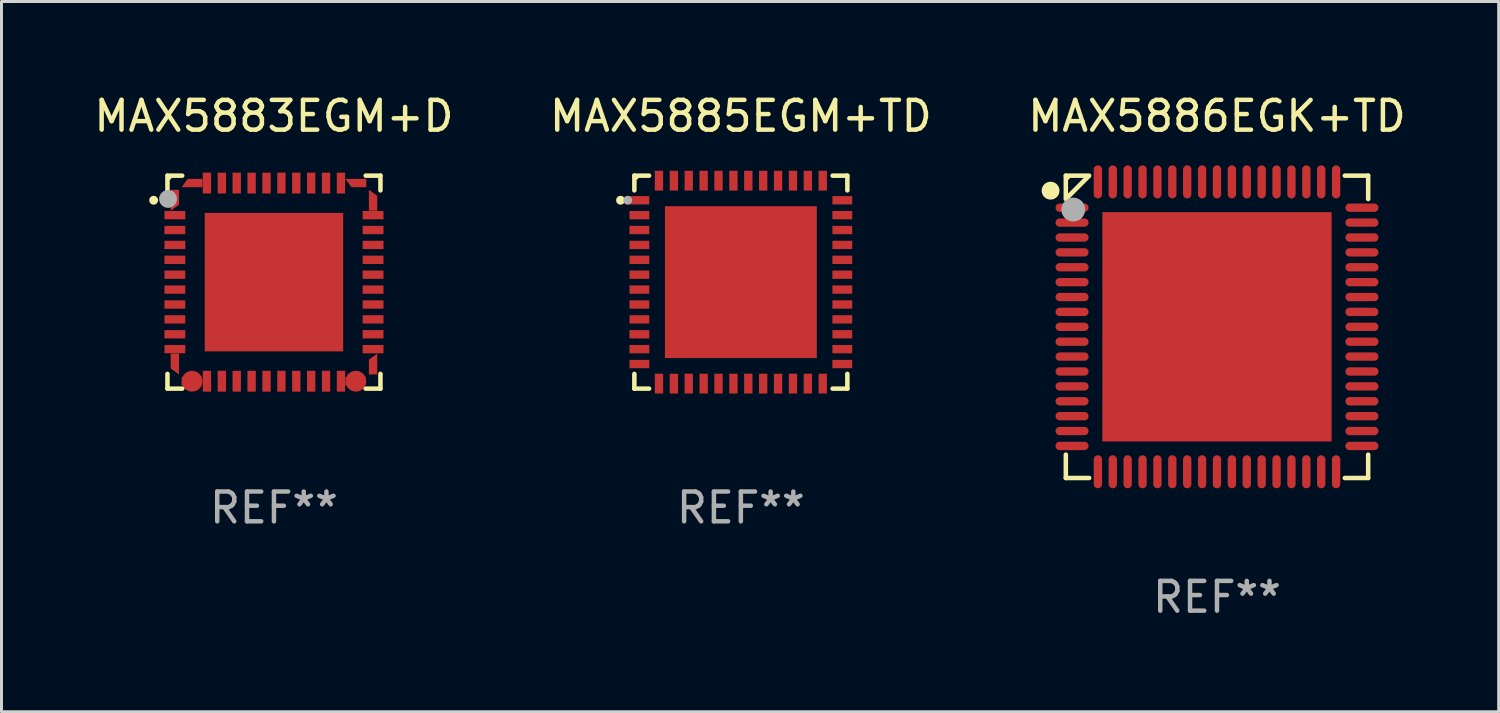
<source format=kicad_pcb>
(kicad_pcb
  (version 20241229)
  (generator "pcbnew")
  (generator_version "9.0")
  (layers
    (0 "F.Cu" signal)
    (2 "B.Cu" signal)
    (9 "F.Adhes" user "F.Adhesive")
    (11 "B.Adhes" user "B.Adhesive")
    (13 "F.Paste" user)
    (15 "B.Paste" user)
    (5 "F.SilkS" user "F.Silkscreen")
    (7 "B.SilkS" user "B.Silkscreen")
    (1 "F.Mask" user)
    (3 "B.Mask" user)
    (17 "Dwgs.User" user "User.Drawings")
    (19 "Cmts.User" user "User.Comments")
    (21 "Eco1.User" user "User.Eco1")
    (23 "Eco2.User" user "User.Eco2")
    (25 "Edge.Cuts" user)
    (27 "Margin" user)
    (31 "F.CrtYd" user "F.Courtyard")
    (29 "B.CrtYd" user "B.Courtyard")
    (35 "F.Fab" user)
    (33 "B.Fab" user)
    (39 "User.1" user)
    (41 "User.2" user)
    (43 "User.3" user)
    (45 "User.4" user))
  (footprint "MAX5883EGM+D"
    (layer "F.Cu")
    (at 6.149 6.424)
    (property "Reference" "MAX5883EGM+D" (at 0 -5.576 0) (layer "F.SilkS") (effects (font (size 1 1) (thickness 0.15))))
    (attr through_hole)
    (fp_line (start -3.576 -3.576) (end -3.576 -3.081) (stroke (width 0.152) (type solid)) (layer "F.SilkS"))
    (fp_line (start -3.576 3.576) (end -3.576 3.081) (stroke (width 0.152) (type solid)) (layer "F.SilkS"))
    (fp_line (start -3.081 -3.576) (end -3.576 -3.576) (stroke (width 0.152) (type solid)) (layer "F.SilkS"))
    (fp_line (start -3.081 3.576) (end -3.576 3.576) (stroke (width 0.152) (type solid)) (layer "F.SilkS"))
    (fp_line (start 3.081 -3.576) (end 3.576 -3.576) (stroke (width 0.152) (type solid)) (layer "F.SilkS"))
    (fp_line (start 3.081 3.576) (end 3.576 3.576) (stroke (width 0.152) (type solid)) (layer "F.SilkS"))
    (fp_line (start 3.576 -3.576) (end 3.576 -3.081) (stroke (width 0.152) (type solid)) (layer "F.SilkS"))
    (fp_line (start 3.576 3.576) (end 3.576 3.081) (stroke (width 0.152) (type solid)) (layer "F.SilkS"))
    (fp_circle (center -4.04 -2.75) (end -3.965 -2.75) (stroke (width 0.15) (type solid)) (fill no) (layer "F.SilkS"))
    (fp_circle (center -3.5 -3.5) (end -3.47 -3.5) (stroke (width 0.06) (type solid)) (fill no) (layer "F.SilkS"))
    (fp_circle (center -3.556 -2.794) (end -3.406 -2.794) (stroke (width 0.3) (type solid)) (fill no) (layer "F.Fab"))
    (fp_text user "REF**" (at 0 7.576 0) (layer "F.Fab") (effects (font (size 1 1) (thickness 0.15))))
    (pad "1" smd custom (at -3.327 -2.75 270) (size 0.28 0.7) (layers "F.Cu" "F.Mask" "F.Paste") (options (anchor circle)) (primitives (gr_poly (pts (xy 0.15 -0.14) (xy 0.35 0.14) (xy -0.35 0.14) (xy -0.35 -0.14)) (width 0) (fill yes))))
    (pad "2" smd rect (at -3.327 -2.25) (size 0.7 0.28) (layers "F.Cu" "F.Mask" "F.Paste"))
    (pad "3" smd rect (at -3.327 -1.75) (size 0.7 0.28) (layers "F.Cu" "F.Mask" "F.Paste"))
    (pad "4" smd rect (at -3.327 -1.25) (size 0.7 0.28) (layers "F.Cu" "F.Mask" "F.Paste"))
    (pad "5" smd rect (at -3.327 -0.75) (size 0.7 0.28) (layers "F.Cu" "F.Mask" "F.Paste"))
    (pad "6" smd rect (at -3.327 -0.25) (size 0.7 0.28) (layers "F.Cu" "F.Mask" "F.Paste"))
    (pad "7" smd rect (at -3.327 0.25) (size 0.7 0.28) (layers "F.Cu" "F.Mask" "F.Paste"))
    (pad "8" smd rect (at -3.327 0.75) (size 0.7 0.28) (layers "F.Cu" "F.Mask" "F.Paste"))
    (pad "9" smd rect (at -3.327 1.25) (size 0.7 0.28) (layers "F.Cu" "F.Mask" "F.Paste"))
    (pad "10" smd rect (at -3.327 1.75) (size 0.7 0.28) (layers "F.Cu" "F.Mask" "F.Paste"))
    (pad "11" smd rect (at -3.327 2.25 270) (size 0.28 0.7) (layers "F.Cu" "F.Mask" "F.Paste"))
    (pad "12" smd custom (at -3.327 2.75 270) (size 0.28 0.7) (layers "F.Cu" "F.Mask" "F.Paste") (options (anchor circle)) (primitives (gr_poly (pts (xy 0.35 -0.14) (xy 0.15 0.14) (xy -0.35 0.14) (xy -0.35 -0.14)) (width 0) (fill yes))))
    (pad "13" smd custom (at -2.75 3.327 270) (size 0.7 0.28) (layers "F.Cu" "F.Mask" "F.Paste") (options (anchor circle)) (primitives (gr_poly (pts (xy 0.14 -0.35) (xy 0.14 0.35) (xy -0.14 0.35) (xy -0.14 -0.15)) (width 0) (fill yes))))
    (pad "14" smd rect (at -2.25 3.327) (size 0.28 0.7) (layers "F.Cu" "F.Mask" "F.Paste"))
    (pad "15" smd rect (at -1.75 3.327) (size 0.28 0.7) (layers "F.Cu" "F.Mask" "F.Paste"))
    (pad "16" smd rect (at -1.25 3.327) (size 0.28 0.7) (layers "F.Cu" "F.Mask" "F.Paste"))
    (pad "17" smd rect (at -0.75 3.327) (size 0.28 0.7) (layers "F.Cu" "F.Mask" "F.Paste"))
    (pad "18" smd rect (at -0.25 3.327) (size 0.28 0.7) (layers "F.Cu" "F.Mask" "F.Paste"))
    (pad "19" smd rect (at 0.25 3.327) (size 0.28 0.7) (layers "F.Cu" "F.Mask" "F.Paste"))
    (pad "20" smd rect (at 0.75 3.327) (size 0.28 0.7) (layers "F.Cu" "F.Mask" "F.Paste"))
    (pad "21" smd rect (at 1.25 3.327) (size 0.28 0.7) (layers "F.Cu" "F.Mask" "F.Paste"))
    (pad "22" smd rect (at 1.75 3.327) (size 0.28 0.7) (layers "F.Cu" "F.Mask" "F.Paste"))
    (pad "23" smd rect (at 2.25 3.327) (size 0.28 0.7) (layers "F.Cu" "F.Mask" "F.Paste"))
    (pad "24" smd custom (at 2.75 3.327 270) (size 0.7 0.28) (layers "F.Cu" "F.Mask" "F.Paste") (options (anchor circle)) (primitives (gr_poly (pts (xy 0.14 -0.15) (xy 0.14 0.35) (xy -0.14 0.35) (xy -0.14 -0.35)) (width 0) (fill yes))))
    (pad "25" smd custom (at 3.328 2.75 270) (size 0.28 0.7) (layers "F.Cu" "F.Mask" "F.Paste") (options (anchor circle)) (primitives (gr_poly (pts (xy 0.35 -0.14) (xy 0.35 0.14) (xy -0.15 0.14) (xy -0.35 -0.14)) (width 0) (fill yes))))
    (pad "26" smd rect (at 3.328 2.25) (size 0.7 0.28) (layers "F.Cu" "F.Mask" "F.Paste"))
    (pad "27" smd rect (at 3.328 1.75) (size 0.7 0.28) (layers "F.Cu" "F.Mask" "F.Paste"))
    (pad "28" smd rect (at 3.328 1.25) (size 0.7 0.28) (layers "F.Cu" "F.Mask" "F.Paste"))
    (pad "29" smd rect (at 3.328 0.75) (size 0.7 0.28) (layers "F.Cu" "F.Mask" "F.Paste"))
    (pad "30" smd rect (at 3.328 0.25) (size 0.7 0.28) (layers "F.Cu" "F.Mask" "F.Paste"))
    (pad "31" smd rect (at 3.328 -0.25) (size 0.7 0.28) (layers "F.Cu" "F.Mask" "F.Paste"))
    (pad "32" smd rect (at 3.328 -0.75) (size 0.7 0.28) (layers "F.Cu" "F.Mask" "F.Paste"))
    (pad "33" smd rect (at 3.328 -1.25) (size 0.7 0.28) (layers "F.Cu" "F.Mask" "F.Paste"))
    (pad "34" smd rect (at 3.328 -1.75) (size 0.7 0.28) (layers "F.Cu" "F.Mask" "F.Paste"))
    (pad "35" smd rect (at 3.328 -2.25) (size 0.7 0.28) (layers "F.Cu" "F.Mask" "F.Paste"))
    (pad "36" smd custom (at 3.328 -2.75 270) (size 0.28 0.7) (layers "F.Cu" "F.Mask" "F.Paste") (options (anchor circle)) (primitives (gr_poly (pts (xy 0.35 -0.14) (xy 0.35 0.14) (xy -0.35 0.14) (xy -0.15 -0.14)) (width 0) (fill yes))))
    (pad "37" smd custom (at 2.75 -3.327 270) (size 0.28 0.7) (layers "F.Cu" "F.Mask" "F.Paste") (options (anchor circle)) (primitives (gr_poly (pts (xy 0.14 -0.35) (xy 0.14 0.15) (xy -0.14 0.35) (xy -0.14 -0.35)) (width 0) (fill yes))))
    (pad "38" smd rect (at 2.25 -3.327) (size 0.28 0.7) (layers "F.Cu" "F.Mask" "F.Paste"))
    (pad "39" smd rect (at 1.75 -3.327) (size 0.28 0.7) (layers "F.Cu" "F.Mask" "F.Paste"))
    (pad "40" smd rect (at 1.25 -3.327) (size 0.28 0.7) (layers "F.Cu" "F.Mask" "F.Paste"))
    (pad "41" smd rect (at 0.75 -3.327) (size 0.28 0.7) (layers "F.Cu" "F.Mask" "F.Paste"))
    (pad "42" smd rect (at 0.25 -3.327) (size 0.28 0.7) (layers "F.Cu" "F.Mask" "F.Paste"))
    (pad "43" smd rect (at -0.25 -3.327) (size 0.28 0.7) (layers "F.Cu" "F.Mask" "F.Paste"))
    (pad "44" smd rect (at -0.75 -3.327) (size 0.28 0.7) (layers "F.Cu" "F.Mask" "F.Paste"))
    (pad "45" smd rect (at -1.25 -3.327) (size 0.28 0.7) (layers "F.Cu" "F.Mask" "F.Paste"))
    (pad "46" smd rect (at -1.75 -3.327) (size 0.28 0.7) (layers "F.Cu" "F.Mask" "F.Paste"))
    (pad "47" smd rect (at -2.25 -3.327) (size 0.28 0.7) (layers "F.Cu" "F.Mask" "F.Paste"))
    (pad "48" smd custom (at -2.75 -3.327 270) (size 0.28 0.7) (layers "F.Cu" "F.Mask" "F.Paste") (options (anchor circle)) (primitives (gr_poly (pts (xy 0.14 -0.35) (xy 0.14 0.35) (xy -0.14 0.15) (xy -0.14 -0.35)) (width 0) (fill yes))))
    (pad "49" smd rect (at -0.000064 0.000013) (size 4.65 4.65) (layers "F.Cu" "F.Mask" "F.Paste")))
  (footprint "MAX5886EGK+TD"
    (layer "F.Cu")
    (at 37.815 7.924)
    (property "Reference" "MAX5886EGK+TD" (at 0 -7.076 0) (layer "F.SilkS") (effects (font (size 1 1) (thickness 0.15))))
    (attr through_hole)
    (fp_line (start -5.076 -5.076) (end -4.292 -5.076) (stroke (width 0.152) (type solid)) (layer "F.SilkS"))
    (fp_line (start -5.076 -4.292) (end -5.076 -5.076) (stroke (width 0.152) (type solid)) (layer "F.SilkS"))
    (fp_line (start -5.076 4.292) (end -5.076 5.076) (stroke (width 0.152) (type solid)) (layer "F.SilkS"))
    (fp_line (start -5.076 5.076) (end -4.292 5.076) (stroke (width 0.152) (type solid)) (layer "F.SilkS"))
    (fp_line (start -5.049 -4.319) (end -4.319 -5.049) (stroke (width 0.152) (type solid)) (layer "F.SilkS"))
    (fp_line (start 5.076 -5.076) (end 4.292 -5.076) (stroke (width 0.152) (type solid)) (layer "F.SilkS"))
    (fp_line (start 5.076 -4.292) (end 5.076 -5.076) (stroke (width 0.152) (type solid)) (layer "F.SilkS"))
    (fp_line (start 5.076 4.292) (end 5.076 5.076) (stroke (width 0.152) (type solid)) (layer "F.SilkS"))
    (fp_line (start 5.076 5.076) (end 4.292 5.076) (stroke (width 0.152) (type solid)) (layer "F.SilkS"))
    (fp_circle (center -5.588 -4.572) (end -5.438 -4.572) (stroke (width 0.3) (type solid)) (fill no) (layer "F.SilkS"))
    (fp_circle (center -5 -5) (end -4.97 -5) (stroke (width 0.06) (type solid)) (fill no) (layer "F.SilkS"))
    (fp_circle (center -4.826 -3.937) (end -4.626 -3.937) (stroke (width 0.4) (type solid)) (fill no) (layer "F.Fab"))
    (fp_text user "REF**" (at 0 9.076 0) (layer "F.Fab") (effects (font (size 1 1) (thickness 0.15))))
    (pad "1" smd oval (at -4.867 -4) (size 1.11 0.28) (layers "F.Cu" "F.Mask" "F.Paste"))
    (pad "2" smd oval (at -4.867 -3.5) (size 1.11 0.28) (layers "F.Cu" "F.Mask" "F.Paste"))
    (pad "3" smd oval (at -4.867 -3) (size 1.11 0.28) (layers "F.Cu" "F.Mask" "F.Paste"))
    (pad "4" smd oval (at -4.867 -2.5) (size 1.11 0.28) (layers "F.Cu" "F.Mask" "F.Paste"))
    (pad "5" smd oval (at -4.867 -2) (size 1.11 0.28) (layers "F.Cu" "F.Mask" "F.Paste"))
    (pad "6" smd oval (at -4.867 -1.5) (size 1.11 0.28) (layers "F.Cu" "F.Mask" "F.Paste"))
    (pad "7" smd oval (at -4.867 -1) (size 1.11 0.28) (layers "F.Cu" "F.Mask" "F.Paste"))
    (pad "8" smd oval (at -4.867 -0.5) (size 1.11 0.28) (layers "F.Cu" "F.Mask" "F.Paste"))
    (pad "9" smd oval (at -4.867 0) (size 1.11 0.28) (layers "F.Cu" "F.Mask" "F.Paste"))
    (pad "10" smd oval (at -4.867 0.5) (size 1.11 0.28) (layers "F.Cu" "F.Mask" "F.Paste"))
    (pad "11" smd oval (at -4.867 1) (size 1.11 0.28) (layers "F.Cu" "F.Mask" "F.Paste"))
    (pad "12" smd oval (at -4.867 1.5) (size 1.11 0.28) (layers "F.Cu" "F.Mask" "F.Paste"))
    (pad "13" smd oval (at -4.867 2) (size 1.11 0.28) (layers "F.Cu" "F.Mask" "F.Paste"))
    (pad "14" smd oval (at -4.867 2.5) (size 1.11 0.28) (layers "F.Cu" "F.Mask" "F.Paste"))
    (pad "15" smd oval (at -4.867 3) (size 1.11 0.28) (layers "F.Cu" "F.Mask" "F.Paste"))
    (pad "16" smd oval (at -4.867 3.5) (size 1.11 0.28) (layers "F.Cu" "F.Mask" "F.Paste"))
    (pad "17" smd oval (at -4.867 4) (size 1.11 0.28) (layers "F.Cu" "F.Mask" "F.Paste"))
    (pad "18" smd oval (at -4 4.867) (size 0.28 1.11) (layers "F.Cu" "F.Mask" "F.Paste"))
    (pad "19" smd oval (at -3.5 4.867) (size 0.28 1.11) (layers "F.Cu" "F.Mask" "F.Paste"))
    (pad "20" smd oval (at -3 4.867) (size 0.28 1.11) (layers "F.Cu" "F.Mask" "F.Paste"))
    (pad "21" smd oval (at -2.5 4.867) (size 0.28 1.11) (layers "F.Cu" "F.Mask" "F.Paste"))
    (pad "22" smd oval (at -2 4.867) (size 0.28 1.11) (layers "F.Cu" "F.Mask" "F.Paste"))
    (pad "23" smd oval (at -1.5 4.867) (size 0.28 1.11) (layers "F.Cu" "F.Mask" "F.Paste"))
    (pad "24" smd oval (at -1 4.867) (size 0.28 1.11) (layers "F.Cu" "F.Mask" "F.Paste"))
    (pad "25" smd oval (at -0.5 4.867) (size 0.28 1.11) (layers "F.Cu" "F.Mask" "F.Paste"))
    (pad "26" smd oval (at 0 4.867) (size 0.28 1.11) (layers "F.Cu" "F.Mask" "F.Paste"))
    (pad "27" smd oval (at 0.5 4.867) (size 0.28 1.11) (layers "F.Cu" "F.Mask" "F.Paste"))
    (pad "28" smd oval (at 1 4.867) (size 0.28 1.11) (layers "F.Cu" "F.Mask" "F.Paste"))
    (pad "29" smd oval (at 1.5 4.867) (size 0.28 1.11) (layers "F.Cu" "F.Mask" "F.Paste"))
    (pad "30" smd oval (at 2 4.867) (size 0.28 1.11) (layers "F.Cu" "F.Mask" "F.Paste"))
    (pad "31" smd oval (at 2.5 4.867) (size 0.28 1.11) (layers "F.Cu" "F.Mask" "F.Paste"))
    (pad "32" smd oval (at 3 4.867) (size 0.28 1.11) (layers "F.Cu" "F.Mask" "F.Paste"))
    (pad "33" smd oval (at 3.5 4.867) (size 0.28 1.11) (layers "F.Cu" "F.Mask" "F.Paste"))
    (pad "34" smd oval (at 4 4.867) (size 0.28 1.11) (layers "F.Cu" "F.Mask" "F.Paste"))
    (pad "35" smd oval (at 4.867 4) (size 1.11 0.28) (layers "F.Cu" "F.Mask" "F.Paste"))
    (pad "36" smd oval (at 4.867 3.5) (size 1.11 0.28) (layers "F.Cu" "F.Mask" "F.Paste"))
    (pad "37" smd oval (at 4.867 3) (size 1.11 0.28) (layers "F.Cu" "F.Mask" "F.Paste"))
    (pad "38" smd oval (at 4.867 2.5) (size 1.11 0.28) (layers "F.Cu" "F.Mask" "F.Paste"))
    (pad "39" smd oval (at 4.867 2) (size 1.11 0.28) (layers "F.Cu" "F.Mask" "F.Paste"))
    (pad "40" smd oval (at 4.867 1.5) (size 1.11 0.28) (layers "F.Cu" "F.Mask" "F.Paste"))
    (pad "41" smd oval (at 4.867 1) (size 1.11 0.28) (layers "F.Cu" "F.Mask" "F.Paste"))
    (pad "42" smd oval (at 4.867 0.5) (size 1.11 0.28) (layers "F.Cu" "F.Mask" "F.Paste"))
    (pad "43" smd oval (at 4.867 0) (size 1.11 0.28) (layers "F.Cu" "F.Mask" "F.Paste"))
    (pad "44" smd oval (at 4.867 -0.5) (size 1.11 0.28) (layers "F.Cu" "F.Mask" "F.Paste"))
    (pad "45" smd oval (at 4.867 -1) (size 1.11 0.28) (layers "F.Cu" "F.Mask" "F.Paste"))
    (pad "46" smd oval (at 4.867 -1.5) (size 1.11 0.28) (layers "F.Cu" "F.Mask" "F.Paste"))
    (pad "47" smd oval (at 4.867 -2) (size 1.11 0.28) (layers "F.Cu" "F.Mask" "F.Paste"))
    (pad "48" smd oval (at 4.867 -2.5) (size 1.11 0.28) (layers "F.Cu" "F.Mask" "F.Paste"))
    (pad "49" smd oval (at 4.867 -3) (size 1.11 0.28) (layers "F.Cu" "F.Mask" "F.Paste"))
    (pad "50" smd oval (at 4.867 -3.5) (size 1.11 0.28) (layers "F.Cu" "F.Mask" "F.Paste"))
    (pad "51" smd oval (at 4.867 -4) (size 1.11 0.28) (layers "F.Cu" "F.Mask" "F.Paste"))
    (pad "52" smd oval (at 4 -4.867) (size 0.28 1.11) (layers "F.Cu" "F.Mask" "F.Paste"))
    (pad "53" smd oval (at 3.5 -4.867) (size 0.28 1.11) (layers "F.Cu" "F.Mask" "F.Paste"))
    (pad "54" smd oval (at 3 -4.867) (size 0.28 1.11) (layers "F.Cu" "F.Mask" "F.Paste"))
    (pad "55" smd oval (at 2.5 -4.867) (size 0.28 1.11) (layers "F.Cu" "F.Mask" "F.Paste"))
    (pad "56" smd oval (at 2 -4.867) (size 0.28 1.11) (layers "F.Cu" "F.Mask" "F.Paste"))
    (pad "57" smd oval (at 1.5 -4.867) (size 0.28 1.11) (layers "F.Cu" "F.Mask" "F.Paste"))
    (pad "58" smd oval (at 1 -4.867) (size 0.28 1.11) (layers "F.Cu" "F.Mask" "F.Paste"))
    (pad "59" smd oval (at 0.5 -4.867) (size 0.28 1.11) (layers "F.Cu" "F.Mask" "F.Paste"))
    (pad "60" smd oval (at 0 -4.867) (size 0.28 1.11) (layers "F.Cu" "F.Mask" "F.Paste"))
    (pad "61" smd oval (at -0.5 -4.867) (size 0.28 1.11) (layers "F.Cu" "F.Mask" "F.Paste"))
    (pad "62" smd oval (at -1 -4.867) (size 0.28 1.11) (layers "F.Cu" "F.Mask" "F.Paste"))
    (pad "63" smd oval (at -1.5 -4.867) (size 0.28 1.11) (layers "F.Cu" "F.Mask" "F.Paste"))
    (pad "64" smd oval (at -2 -4.867) (size 0.28 1.11) (layers "F.Cu" "F.Mask" "F.Paste"))
    (pad "65" smd oval (at -2.5 -4.867) (size 0.28 1.11) (layers "F.Cu" "F.Mask" "F.Paste"))
    (pad "66" smd oval (at -3 -4.867) (size 0.28 1.11) (layers "F.Cu" "F.Mask" "F.Paste"))
    (pad "67" smd oval (at -3.5 -4.867) (size 0.28 1.11) (layers "F.Cu" "F.Mask" "F.Paste"))
    (pad "68" smd oval (at -4 -4.867) (size 0.28 1.11) (layers "F.Cu" "F.Mask" "F.Paste"))
    (pad "69" smd rect (at 0 0) (size 7.7 7.7) (layers "F.Cu" "F.Mask" "F.Paste")))
  (footprint "MAX5885EGM+TD"
    (layer "F.Cu")
    (at 21.827 6.424)
    (property "Reference" "MAX5885EGM+TD" (at 0 -5.576 0) (layer "F.SilkS") (effects (font (size 1 1) (thickness 0.15))))
    (attr through_hole)
    (fp_line (start -3.576 -3.576) (end -3.576 -3.081) (stroke (width 0.152) (type solid)) (layer "F.SilkS"))
    (fp_line (start -3.576 3.576) (end -3.576 3.081) (stroke (width 0.152) (type solid)) (layer "F.SilkS"))
    (fp_line (start -3.081 -3.576) (end -3.576 -3.576) (stroke (width 0.152) (type solid)) (layer "F.SilkS"))
    (fp_line (start -3.081 3.576) (end -3.576 3.576) (stroke (width 0.152) (type solid)) (layer "F.SilkS"))
    (fp_line (start 3.081 -3.576) (end 3.576 -3.576) (stroke (width 0.152) (type solid)) (layer "F.SilkS"))
    (fp_line (start 3.081 3.576) (end 3.576 3.576) (stroke (width 0.152) (type solid)) (layer "F.SilkS"))
    (fp_line (start 3.576 -3.576) (end 3.576 -3.081) (stroke (width 0.152) (type solid)) (layer "F.SilkS"))
    (fp_line (start 3.576 3.576) (end 3.576 3.081) (stroke (width 0.152) (type solid)) (layer "F.SilkS"))
    (fp_circle (center -4.04 -2.75) (end -3.965 -2.75) (stroke (width 0.15) (type solid)) (fill no) (layer "F.SilkS"))
    (fp_circle (center -3.5 -3.5) (end -3.47 -3.5) (stroke (width 0.06) (type solid)) (fill no) (layer "F.SilkS"))
    (fp_circle (center -3.8 -2.75) (end -3.725 -2.75) (stroke (width 0.15) (type solid)) (fill no) (layer "F.Fab"))
    (fp_text user "REF**" (at 0 7.576 0) (layer "F.Fab") (effects (font (size 1 1) (thickness 0.15))))
    (pad "1" smd rect (at -3.407 -2.75) (size 0.665 0.28) (layers "F.Cu" "F.Mask" "F.Paste"))
    (pad "2" smd rect (at -3.407 -2.25) (size 0.665 0.28) (layers "F.Cu" "F.Mask" "F.Paste"))
    (pad "3" smd rect (at -3.407 -1.75) (size 0.665 0.28) (layers "F.Cu" "F.Mask" "F.Paste"))
    (pad "4" smd rect (at -3.407 -1.25) (size 0.665 0.28) (layers "F.Cu" "F.Mask" "F.Paste"))
    (pad "5" smd rect (at -3.407 -0.75) (size 0.665 0.28) (layers "F.Cu" "F.Mask" "F.Paste"))
    (pad "6" smd rect (at -3.407 -0.25) (size 0.665 0.28) (layers "F.Cu" "F.Mask" "F.Paste"))
    (pad "7" smd rect (at -3.407 0.25) (size 0.665 0.28) (layers "F.Cu" "F.Mask" "F.Paste"))
    (pad "8" smd rect (at -3.407 0.75) (size 0.665 0.28) (layers "F.Cu" "F.Mask" "F.Paste"))
    (pad "9" smd rect (at -3.407 1.25) (size 0.665 0.28) (layers "F.Cu" "F.Mask" "F.Paste"))
    (pad "10" smd rect (at -3.407 1.75) (size 0.665 0.28) (layers "F.Cu" "F.Mask" "F.Paste"))
    (pad "11" smd rect (at -3.407 2.25) (size 0.665 0.28) (layers "F.Cu" "F.Mask" "F.Paste"))
    (pad "12" smd rect (at -3.407 2.75) (size 0.665 0.28) (layers "F.Cu" "F.Mask" "F.Paste"))
    (pad "13" smd rect (at -2.75 3.407) (size 0.28 0.665) (layers "F.Cu" "F.Mask" "F.Paste"))
    (pad "14" smd rect (at -2.25 3.407) (size 0.28 0.665) (layers "F.Cu" "F.Mask" "F.Paste"))
    (pad "15" smd rect (at -1.75 3.407) (size 0.28 0.665) (layers "F.Cu" "F.Mask" "F.Paste"))
    (pad "16" smd rect (at -1.25 3.407) (size 0.28 0.665) (layers "F.Cu" "F.Mask" "F.Paste"))
    (pad "17" smd rect (at -0.75 3.407) (size 0.28 0.665) (layers "F.Cu" "F.Mask" "F.Paste"))
    (pad "18" smd rect (at -0.25 3.407) (size 0.28 0.665) (layers "F.Cu" "F.Mask" "F.Paste"))
    (pad "19" smd rect (at 0.25 3.407) (size 0.28 0.665) (layers "F.Cu" "F.Mask" "F.Paste"))
    (pad "20" smd rect (at 0.75 3.407) (size 0.28 0.665) (layers "F.Cu" "F.Mask" "F.Paste"))
    (pad "21" smd rect (at 1.25 3.407) (size 0.28 0.665) (layers "F.Cu" "F.Mask" "F.Paste"))
    (pad "22" smd rect (at 1.75 3.407) (size 0.28 0.665) (layers "F.Cu" "F.Mask" "F.Paste"))
    (pad "23" smd rect (at 2.25 3.407) (size 0.28 0.665) (layers "F.Cu" "F.Mask" "F.Paste"))
    (pad "24" smd rect (at 2.75 3.407) (size 0.28 0.665) (layers "F.Cu" "F.Mask" "F.Paste"))
    (pad "25" smd rect (at 3.407 2.75) (size 0.665 0.28) (layers "F.Cu" "F.Mask" "F.Paste"))
    (pad "26" smd rect (at 3.407 2.25) (size 0.665 0.28) (layers "F.Cu" "F.Mask" "F.Paste"))
    (pad "27" smd rect (at 3.407 1.75) (size 0.665 0.28) (layers "F.Cu" "F.Mask" "F.Paste"))
    (pad "28" smd rect (at 3.407 1.25) (size 0.665 0.28) (layers "F.Cu" "F.Mask" "F.Paste"))
    (pad "29" smd rect (at 3.407 0.75) (size 0.665 0.28) (layers "F.Cu" "F.Mask" "F.Paste"))
    (pad "30" smd rect (at 3.407 0.25) (size 0.665 0.28) (layers "F.Cu" "F.Mask" "F.Paste"))
    (pad "31" smd rect (at 3.407 -0.25) (size 0.665 0.28) (layers "F.Cu" "F.Mask" "F.Paste"))
    (pad "32" smd rect (at 3.407 -0.75) (size 0.665 0.28) (layers "F.Cu" "F.Mask" "F.Paste"))
    (pad "33" smd rect (at 3.407 -1.25) (size 0.665 0.28) (layers "F.Cu" "F.Mask" "F.Paste"))
    (pad "34" smd rect (at 3.407 -1.75) (size 0.665 0.28) (layers "F.Cu" "F.Mask" "F.Paste"))
    (pad "35" smd rect (at 3.407 -2.25) (size 0.665 0.28) (layers "F.Cu" "F.Mask" "F.Paste"))
    (pad "36" smd rect (at 3.407 -2.75) (size 0.665 0.28) (layers "F.Cu" "F.Mask" "F.Paste"))
    (pad "37" smd rect (at 2.75 -3.407) (size 0.28 0.665) (layers "F.Cu" "F.Mask" "F.Paste"))
    (pad "38" smd rect (at 2.25 -3.407) (size 0.28 0.665) (layers "F.Cu" "F.Mask" "F.Paste"))
    (pad "39" smd rect (at 1.75 -3.407) (size 0.28 0.665) (layers "F.Cu" "F.Mask" "F.Paste"))
    (pad "40" smd rect (at 1.25 -3.407) (size 0.28 0.665) (layers "F.Cu" "F.Mask" "F.Paste"))
    (pad "41" smd rect (at 0.75 -3.407) (size 0.28 0.665) (layers "F.Cu" "F.Mask" "F.Paste"))
    (pad "42" smd rect (at 0.25 -3.407) (size 0.28 0.665) (layers "F.Cu" "F.Mask" "F.Paste"))
    (pad "43" smd rect (at -0.25 -3.407) (size 0.28 0.665) (layers "F.Cu" "F.Mask" "F.Paste"))
    (pad "44" smd rect (at -0.75 -3.407) (size 0.28 0.665) (layers "F.Cu" "F.Mask" "F.Paste"))
    (pad "45" smd rect (at -1.25 -3.407) (size 0.28 0.665) (layers "F.Cu" "F.Mask" "F.Paste"))
    (pad "46" smd rect (at -1.75 -3.407) (size 0.28 0.665) (layers "F.Cu" "F.Mask" "F.Paste"))
    (pad "47" smd rect (at -2.25 -3.407) (size 0.28 0.665) (layers "F.Cu" "F.Mask" "F.Paste"))
    (pad "48" smd rect (at -2.75 -3.407) (size 0.28 0.665) (layers "F.Cu" "F.Mask" "F.Paste"))
    (pad "49" smd rect (at 0 0) (size 5.1 5.1) (layers "F.Cu" "F.Mask" "F.Paste")))
  (gr_rect
    (start -3 -3)
    (end 47.274 20.849)
    (stroke (width 0.1) (type default))
    (fill no)
    (layer "Edge.Cuts")))
</source>
